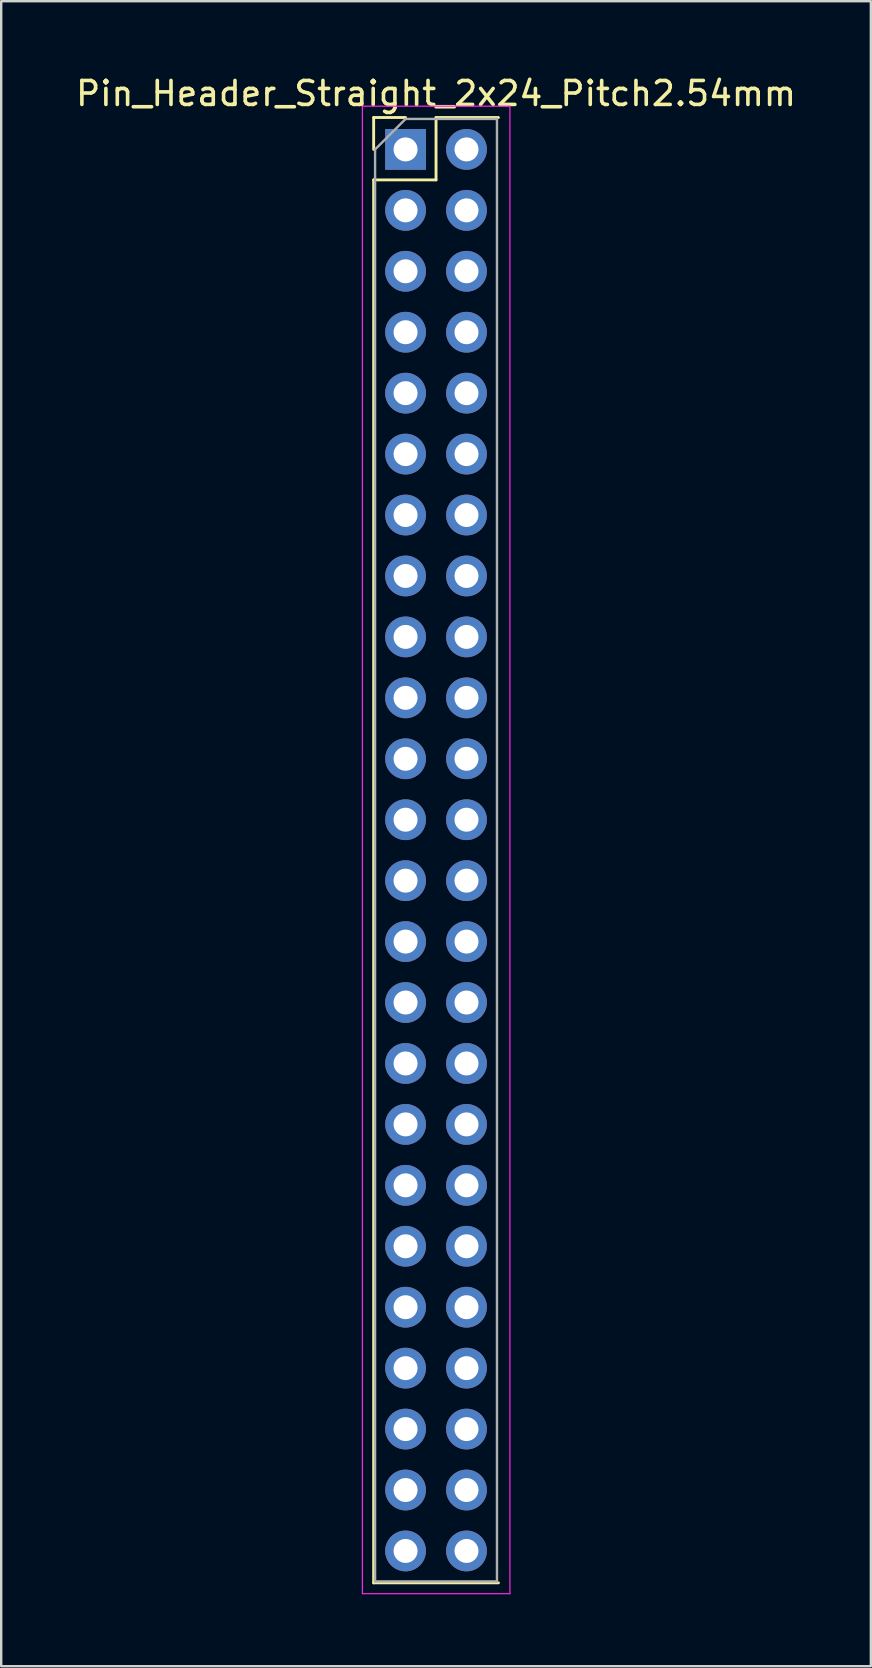
<source format=kicad_pcb>
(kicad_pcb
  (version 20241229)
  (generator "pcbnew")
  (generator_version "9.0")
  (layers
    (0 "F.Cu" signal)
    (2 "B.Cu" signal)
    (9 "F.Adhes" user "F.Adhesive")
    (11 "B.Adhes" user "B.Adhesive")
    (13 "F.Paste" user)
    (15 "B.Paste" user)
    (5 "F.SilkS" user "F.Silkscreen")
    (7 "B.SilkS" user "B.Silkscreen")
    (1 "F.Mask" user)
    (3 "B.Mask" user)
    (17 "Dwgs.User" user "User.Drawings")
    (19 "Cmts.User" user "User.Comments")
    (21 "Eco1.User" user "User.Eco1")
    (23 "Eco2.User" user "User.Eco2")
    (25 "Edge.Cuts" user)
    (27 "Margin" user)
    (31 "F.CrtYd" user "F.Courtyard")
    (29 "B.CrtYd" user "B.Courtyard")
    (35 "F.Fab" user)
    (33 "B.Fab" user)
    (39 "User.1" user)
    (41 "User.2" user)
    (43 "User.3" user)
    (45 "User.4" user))
  (footprint "Pin_Header_Straight_2x24_Pitch2.54mm"
    (layer "F.Cu")
    (at 13.855 3.178)
    (property "Reference" "Pin_Header_Straight_2x24_Pitch2.54mm" (at 1.27 -2.33 0) (layer "F.SilkS") (effects (font (size 1 1) (thickness 0.15))))
    (attr through_hole)
    (fp_line (start -1.33 -1.33) (end 0 -1.33) (stroke (width 0.12) (type solid)) (layer "F.SilkS"))
    (fp_line (start -1.33 0) (end -1.33 -1.33) (stroke (width 0.12) (type solid)) (layer "F.SilkS"))
    (fp_line (start -1.33 1.27) (end -1.33 59.75) (stroke (width 0.12) (type solid)) (layer "F.SilkS"))
    (fp_line (start -1.33 1.27) (end 1.27 1.27) (stroke (width 0.12) (type solid)) (layer "F.SilkS"))
    (fp_line (start -1.33 59.75) (end 3.87 59.75) (stroke (width 0.12) (type solid)) (layer "F.SilkS"))
    (fp_line (start 1.27 -1.33) (end 3.87 -1.33) (stroke (width 0.12) (type solid)) (layer "F.SilkS"))
    (fp_line (start 1.27 1.27) (end 1.27 -1.33) (stroke (width 0.12) (type solid)) (layer "F.SilkS"))
    (fp_line (start -1.8 -1.8) (end -1.8 60.2) (stroke (width 0.05) (type solid)) (layer "F.CrtYd"))
    (fp_line (start -1.8 60.2) (end 4.35 60.2) (stroke (width 0.05) (type solid)) (layer "F.CrtYd"))
    (fp_line (start 4.35 -1.8) (end -1.8 -1.8) (stroke (width 0.05) (type solid)) (layer "F.CrtYd"))
    (fp_line (start 4.35 60.2) (end 4.35 -1.8) (stroke (width 0.05) (type solid)) (layer "F.CrtYd"))
    (fp_line (start -1.27 0) (end 0 -1.27) (stroke (width 0.1) (type solid)) (layer "F.Fab"))
    (fp_line (start -1.27 59.69) (end -1.27 0) (stroke (width 0.1) (type solid)) (layer "F.Fab"))
    (fp_line (start 0 -1.27) (end 3.81 -1.27) (stroke (width 0.1) (type solid)) (layer "F.Fab"))
    (fp_line (start 3.81 -1.27) (end 3.81 59.69) (stroke (width 0.1) (type solid)) (layer "F.Fab"))
    (fp_line (start 3.81 59.69) (end -1.27 59.69) (stroke (width 0.1) (type solid)) (layer "F.Fab"))
    (pad "1" thru_hole rect (at 0 0) (size 1.7 1.7) (drill 1) (layers "*.Cu" "*.Mask"))
    (pad "2" thru_hole oval (at 2.54 0) (size 1.7 1.7) (drill 1) (layers "*.Cu" "*.Mask"))
    (pad "3" thru_hole oval (at 0 2.54) (size 1.7 1.7) (drill 1) (layers "*.Cu" "*.Mask"))
    (pad "4" thru_hole oval (at 2.54 2.54) (size 1.7 1.7) (drill 1) (layers "*.Cu" "*.Mask"))
    (pad "5" thru_hole oval (at 0 5.08) (size 1.7 1.7) (drill 1) (layers "*.Cu" "*.Mask"))
    (pad "6" thru_hole oval (at 2.54 5.08) (size 1.7 1.7) (drill 1) (layers "*.Cu" "*.Mask"))
    (pad "7" thru_hole oval (at 0 7.62) (size 1.7 1.7) (drill 1) (layers "*.Cu" "*.Mask"))
    (pad "8" thru_hole oval (at 2.54 7.62) (size 1.7 1.7) (drill 1) (layers "*.Cu" "*.Mask"))
    (pad "9" thru_hole oval (at 0 10.16) (size 1.7 1.7) (drill 1) (layers "*.Cu" "*.Mask"))
    (pad "10" thru_hole oval (at 2.54 10.16) (size 1.7 1.7) (drill 1) (layers "*.Cu" "*.Mask"))
    (pad "11" thru_hole oval (at 0 12.7) (size 1.7 1.7) (drill 1) (layers "*.Cu" "*.Mask"))
    (pad "12" thru_hole oval (at 2.54 12.7) (size 1.7 1.7) (drill 1) (layers "*.Cu" "*.Mask"))
    (pad "13" thru_hole oval (at 0 15.24) (size 1.7 1.7) (drill 1) (layers "*.Cu" "*.Mask"))
    (pad "14" thru_hole oval (at 2.54 15.24) (size 1.7 1.7) (drill 1) (layers "*.Cu" "*.Mask"))
    (pad "15" thru_hole oval (at 0 17.78) (size 1.7 1.7) (drill 1) (layers "*.Cu" "*.Mask"))
    (pad "16" thru_hole oval (at 2.54 17.78) (size 1.7 1.7) (drill 1) (layers "*.Cu" "*.Mask"))
    (pad "17" thru_hole oval (at 0 20.32) (size 1.7 1.7) (drill 1) (layers "*.Cu" "*.Mask"))
    (pad "18" thru_hole oval (at 2.54 20.32) (size 1.7 1.7) (drill 1) (layers "*.Cu" "*.Mask"))
    (pad "19" thru_hole oval (at 0 22.86) (size 1.7 1.7) (drill 1) (layers "*.Cu" "*.Mask"))
    (pad "20" thru_hole oval (at 2.54 22.86) (size 1.7 1.7) (drill 1) (layers "*.Cu" "*.Mask"))
    (pad "21" thru_hole oval (at 0 25.4) (size 1.7 1.7) (drill 1) (layers "*.Cu" "*.Mask"))
    (pad "22" thru_hole oval (at 2.54 25.4) (size 1.7 1.7) (drill 1) (layers "*.Cu" "*.Mask"))
    (pad "23" thru_hole oval (at 0 27.94) (size 1.7 1.7) (drill 1) (layers "*.Cu" "*.Mask"))
    (pad "24" thru_hole oval (at 2.54 27.94) (size 1.7 1.7) (drill 1) (layers "*.Cu" "*.Mask"))
    (pad "25" thru_hole oval (at 0 30.48) (size 1.7 1.7) (drill 1) (layers "*.Cu" "*.Mask"))
    (pad "26" thru_hole oval (at 2.54 30.48) (size 1.7 1.7) (drill 1) (layers "*.Cu" "*.Mask"))
    (pad "27" thru_hole oval (at 0 33.02) (size 1.7 1.7) (drill 1) (layers "*.Cu" "*.Mask"))
    (pad "28" thru_hole oval (at 2.54 33.02) (size 1.7 1.7) (drill 1) (layers "*.Cu" "*.Mask"))
    (pad "29" thru_hole oval (at 0 35.56) (size 1.7 1.7) (drill 1) (layers "*.Cu" "*.Mask"))
    (pad "30" thru_hole oval (at 2.54 35.56) (size 1.7 1.7) (drill 1) (layers "*.Cu" "*.Mask"))
    (pad "31" thru_hole oval (at 0 38.1) (size 1.7 1.7) (drill 1) (layers "*.Cu" "*.Mask"))
    (pad "32" thru_hole oval (at 2.54 38.1) (size 1.7 1.7) (drill 1) (layers "*.Cu" "*.Mask"))
    (pad "33" thru_hole oval (at 0 40.64) (size 1.7 1.7) (drill 1) (layers "*.Cu" "*.Mask"))
    (pad "34" thru_hole oval (at 2.54 40.64) (size 1.7 1.7) (drill 1) (layers "*.Cu" "*.Mask"))
    (pad "35" thru_hole oval (at 0 43.18) (size 1.7 1.7) (drill 1) (layers "*.Cu" "*.Mask"))
    (pad "36" thru_hole oval (at 2.54 43.18) (size 1.7 1.7) (drill 1) (layers "*.Cu" "*.Mask"))
    (pad "37" thru_hole oval (at 0 45.72) (size 1.7 1.7) (drill 1) (layers "*.Cu" "*.Mask"))
    (pad "38" thru_hole oval (at 2.54 45.72) (size 1.7 1.7) (drill 1) (layers "*.Cu" "*.Mask"))
    (pad "39" thru_hole oval (at 0 48.26) (size 1.7 1.7) (drill 1) (layers "*.Cu" "*.Mask"))
    (pad "40" thru_hole oval (at 2.54 48.26) (size 1.7 1.7) (drill 1) (layers "*.Cu" "*.Mask"))
    (pad "41" thru_hole oval (at 0 50.8) (size 1.7 1.7) (drill 1) (layers "*.Cu" "*.Mask"))
    (pad "42" thru_hole oval (at 2.54 50.8) (size 1.7 1.7) (drill 1) (layers "*.Cu" "*.Mask"))
    (pad "43" thru_hole oval (at 0 53.34) (size 1.7 1.7) (drill 1) (layers "*.Cu" "*.Mask"))
    (pad "44" thru_hole oval (at 2.54 53.34) (size 1.7 1.7) (drill 1) (layers "*.Cu" "*.Mask"))
    (pad "45" thru_hole oval (at 0 55.88) (size 1.7 1.7) (drill 1) (layers "*.Cu" "*.Mask"))
    (pad "46" thru_hole oval (at 2.54 55.88) (size 1.7 1.7) (drill 1) (layers "*.Cu" "*.Mask"))
    (pad "47" thru_hole oval (at 0 58.42) (size 1.7 1.7) (drill 1) (layers "*.Cu" "*.Mask"))
    (pad "48" thru_hole oval (at 2.54 58.42) (size 1.7 1.7) (drill 1) (layers "*.Cu" "*.Mask")))
  (gr_rect
    (start -3 -3)
    (end 33.25 66.403)
    (stroke (width 0.1) (type default))
    (fill no)
    (layer "Edge.Cuts")))
</source>
